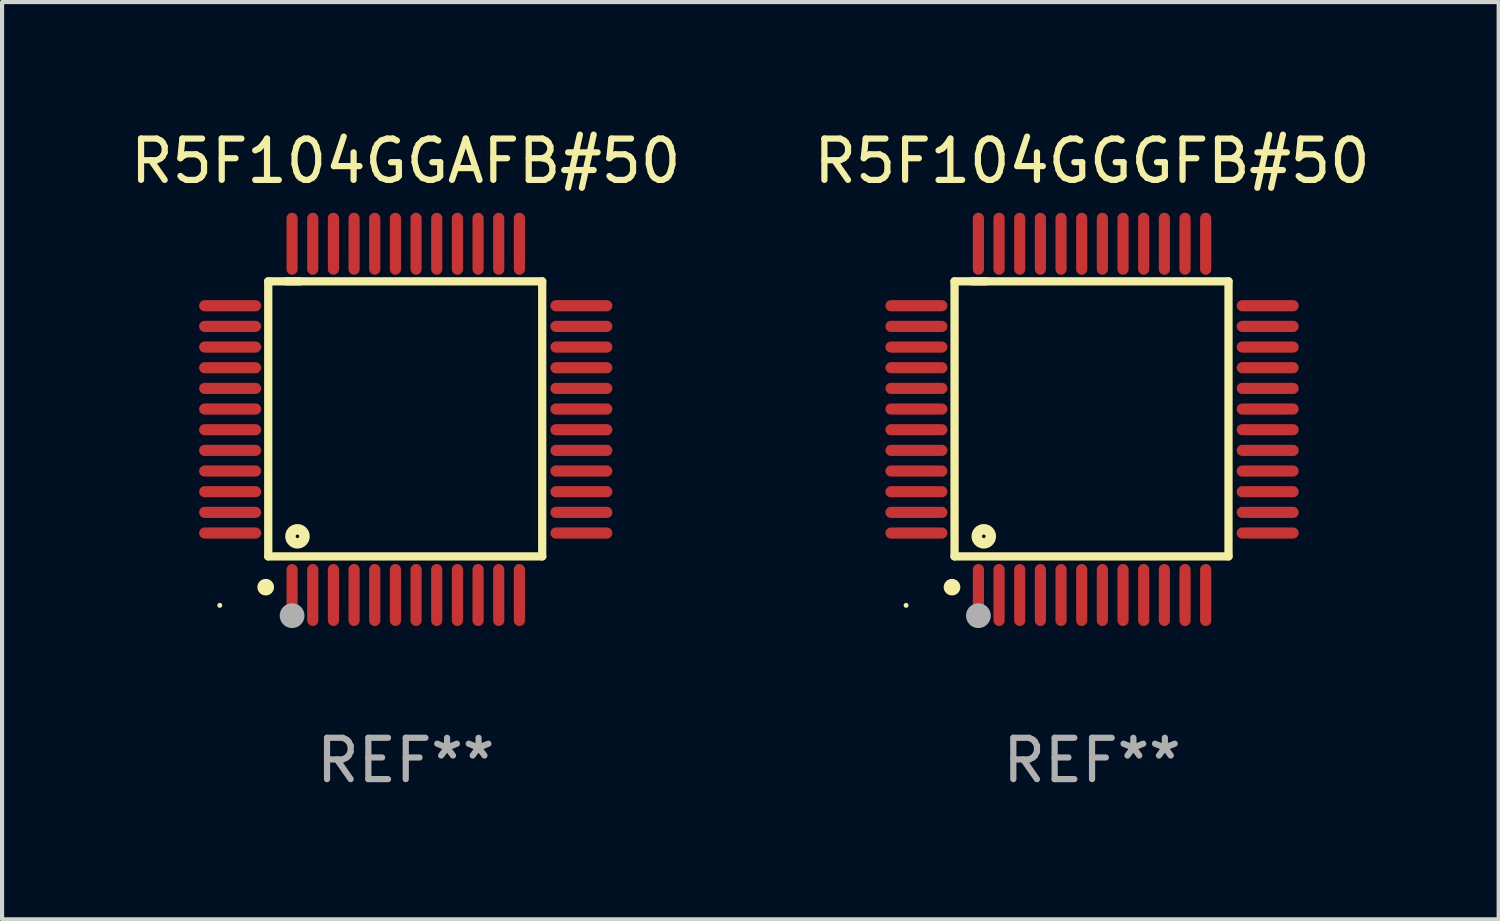
<source format=kicad_pcb>
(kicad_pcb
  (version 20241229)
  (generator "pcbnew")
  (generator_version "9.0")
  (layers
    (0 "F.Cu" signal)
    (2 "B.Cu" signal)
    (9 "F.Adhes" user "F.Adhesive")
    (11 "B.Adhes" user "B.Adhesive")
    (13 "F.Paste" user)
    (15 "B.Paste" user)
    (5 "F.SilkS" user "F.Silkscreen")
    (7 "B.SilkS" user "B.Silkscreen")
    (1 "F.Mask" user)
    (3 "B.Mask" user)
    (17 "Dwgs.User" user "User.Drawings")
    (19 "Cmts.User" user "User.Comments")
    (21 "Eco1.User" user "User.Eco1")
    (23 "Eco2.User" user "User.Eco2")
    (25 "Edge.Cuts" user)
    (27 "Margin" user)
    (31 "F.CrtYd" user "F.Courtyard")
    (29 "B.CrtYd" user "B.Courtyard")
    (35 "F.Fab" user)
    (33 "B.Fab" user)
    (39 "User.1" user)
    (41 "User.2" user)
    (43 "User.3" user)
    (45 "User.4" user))
  (footprint "R5F104GGGFB#50"
    (layer "F.Cu")
    (at 23.375 7.098)
    (property "Reference" "R5F104GGGFB#50" (at 0 -6.25 0) (layer "F.SilkS") (effects (font (size 1 1) (thickness 0.15))))
    (attr through_hole)
    (fp_line (start -3.327 -3.34) (end -2.565 -3.34) (stroke (width 0.2) (type solid)) (layer "F.SilkS"))
    (fp_line (start -3.327 3.315) (end -3.327 -3.34) (stroke (width 0.2) (type solid)) (layer "F.SilkS"))
    (fp_line (start -2.896 -3.34) (end 3.302 -3.34) (stroke (width 0.2) (type solid)) (layer "F.SilkS"))
    (fp_line (start 3.302 -3.34) (end 3.302 3.315) (stroke (width 0.2) (type solid)) (layer "F.SilkS"))
    (fp_line (start 3.302 3.315) (end -3.327 3.315) (stroke (width 0.2) (type solid)) (layer "F.SilkS"))
    (fp_arc (start -3.389992 4.059995) (mid -3.388722 4.059991) (end -3.387452 4.059995) (stroke (width 0.4) (type solid)) (layer "F.SilkS"))
    (fp_circle (center -4.5 4.5) (end -4.47 4.5) (stroke (width 0.06) (type solid)) (fill no) (layer "F.SilkS"))
    (fp_circle (center -2.62 2.83) (end -2.45 2.83) (stroke (width 0.254) (type solid)) (fill no) (layer "F.SilkS"))
    (fp_circle (center -2.75 4.75) (end -2.6 4.75) (stroke (width 0.3) (type solid)) (fill no) (layer "F.Fab"))
    (fp_text user "REF**" (at 0 8.25 0) (layer "F.Fab") (effects (font (size 1 1) (thickness 0.15))))
    (pad "1" smd oval (at -2.75 4.25) (size 0.27 1.5) (layers "F.Cu" "F.Mask" "F.Paste"))
    (pad "2" smd oval (at -2.25 4.25) (size 0.27 1.5) (layers "F.Cu" "F.Mask" "F.Paste"))
    (pad "3" smd oval (at -1.75 4.25) (size 0.27 1.5) (layers "F.Cu" "F.Mask" "F.Paste"))
    (pad "4" smd oval (at -1.25 4.25) (size 0.27 1.5) (layers "F.Cu" "F.Mask" "F.Paste"))
    (pad "5" smd oval (at -0.75 4.25) (size 0.27 1.5) (layers "F.Cu" "F.Mask" "F.Paste"))
    (pad "6" smd oval (at -0.25 4.25) (size 0.27 1.5) (layers "F.Cu" "F.Mask" "F.Paste"))
    (pad "7" smd oval (at 0.25 4.25) (size 0.27 1.5) (layers "F.Cu" "F.Mask" "F.Paste"))
    (pad "8" smd oval (at 0.75 4.25) (size 0.27 1.5) (layers "F.Cu" "F.Mask" "F.Paste"))
    (pad "9" smd oval (at 1.25 4.25) (size 0.27 1.5) (layers "F.Cu" "F.Mask" "F.Paste"))
    (pad "10" smd oval (at 1.75 4.25) (size 0.27 1.5) (layers "F.Cu" "F.Mask" "F.Paste"))
    (pad "11" smd oval (at 2.25 4.25) (size 0.27 1.5) (layers "F.Cu" "F.Mask" "F.Paste"))
    (pad "12" smd oval (at 2.75 4.25) (size 0.27 1.5) (layers "F.Cu" "F.Mask" "F.Paste"))
    (pad "13" smd oval (at 4.25 2.75) (size 1.5 0.27) (layers "F.Cu" "F.Mask" "F.Paste"))
    (pad "14" smd oval (at 4.25 2.25) (size 1.5 0.27) (layers "F.Cu" "F.Mask" "F.Paste"))
    (pad "15" smd oval (at 4.25 1.75) (size 1.5 0.27) (layers "F.Cu" "F.Mask" "F.Paste"))
    (pad "16" smd oval (at 4.25 1.25) (size 1.5 0.27) (layers "F.Cu" "F.Mask" "F.Paste"))
    (pad "17" smd oval (at 4.25 0.75) (size 1.5 0.27) (layers "F.Cu" "F.Mask" "F.Paste"))
    (pad "18" smd oval (at 4.25 0.25) (size 1.5 0.27) (layers "F.Cu" "F.Mask" "F.Paste"))
    (pad "19" smd oval (at 4.25 -0.25) (size 1.5 0.27) (layers "F.Cu" "F.Mask" "F.Paste"))
    (pad "20" smd oval (at 4.25 -0.75) (size 1.5 0.27) (layers "F.Cu" "F.Mask" "F.Paste"))
    (pad "21" smd oval (at 4.25 -1.25) (size 1.5 0.27) (layers "F.Cu" "F.Mask" "F.Paste"))
    (pad "22" smd oval (at 4.25 -1.75) (size 1.5 0.27) (layers "F.Cu" "F.Mask" "F.Paste"))
    (pad "23" smd oval (at 4.25 -2.25) (size 1.5 0.27) (layers "F.Cu" "F.Mask" "F.Paste"))
    (pad "24" smd oval (at 4.25 -2.75) (size 1.5 0.27) (layers "F.Cu" "F.Mask" "F.Paste"))
    (pad "25" smd oval (at 2.75 -4.25) (size 0.27 1.5) (layers "F.Cu" "F.Mask" "F.Paste"))
    (pad "26" smd oval (at 2.25 -4.25) (size 0.27 1.5) (layers "F.Cu" "F.Mask" "F.Paste"))
    (pad "27" smd oval (at 1.75 -4.25) (size 0.27 1.5) (layers "F.Cu" "F.Mask" "F.Paste"))
    (pad "28" smd oval (at 1.25 -4.25) (size 0.27 1.5) (layers "F.Cu" "F.Mask" "F.Paste"))
    (pad "29" smd oval (at 0.75 -4.25) (size 0.27 1.5) (layers "F.Cu" "F.Mask" "F.Paste"))
    (pad "30" smd oval (at 0.25 -4.25) (size 0.27 1.5) (layers "F.Cu" "F.Mask" "F.Paste"))
    (pad "31" smd oval (at -0.25 -4.25) (size 0.27 1.5) (layers "F.Cu" "F.Mask" "F.Paste"))
    (pad "32" smd oval (at -0.75 -4.25) (size 0.27 1.5) (layers "F.Cu" "F.Mask" "F.Paste"))
    (pad "33" smd oval (at -1.25 -4.25) (size 0.27 1.5) (layers "F.Cu" "F.Mask" "F.Paste"))
    (pad "34" smd oval (at -1.75 -4.25) (size 0.27 1.5) (layers "F.Cu" "F.Mask" "F.Paste"))
    (pad "35" smd oval (at -2.25 -4.25) (size 0.27 1.5) (layers "F.Cu" "F.Mask" "F.Paste"))
    (pad "36" smd oval (at -2.75 -4.25) (size 0.27 1.5) (layers "F.Cu" "F.Mask" "F.Paste"))
    (pad "37" smd oval (at -4.25 -2.75) (size 1.5 0.27) (layers "F.Cu" "F.Mask" "F.Paste"))
    (pad "38" smd oval (at -4.25 -2.25) (size 1.5 0.27) (layers "F.Cu" "F.Mask" "F.Paste"))
    (pad "39" smd oval (at -4.25 -1.75) (size 1.5 0.27) (layers "F.Cu" "F.Mask" "F.Paste"))
    (pad "40" smd oval (at -4.25 -1.25) (size 1.5 0.27) (layers "F.Cu" "F.Mask" "F.Paste"))
    (pad "41" smd oval (at -4.25 -0.75) (size 1.5 0.27) (layers "F.Cu" "F.Mask" "F.Paste"))
    (pad "42" smd oval (at -4.25 -0.25) (size 1.5 0.27) (layers "F.Cu" "F.Mask" "F.Paste"))
    (pad "43" smd oval (at -4.25 0.25) (size 1.5 0.27) (layers "F.Cu" "F.Mask" "F.Paste"))
    (pad "44" smd oval (at -4.25 0.75) (size 1.5 0.27) (layers "F.Cu" "F.Mask" "F.Paste"))
    (pad "45" smd oval (at -4.25 1.25) (size 1.5 0.27) (layers "F.Cu" "F.Mask" "F.Paste"))
    (pad "46" smd oval (at -4.25 1.75) (size 1.5 0.27) (layers "F.Cu" "F.Mask" "F.Paste"))
    (pad "47" smd oval (at -4.25 2.25) (size 1.5 0.27) (layers "F.Cu" "F.Mask" "F.Paste"))
    (pad "48" smd oval (at -4.25 2.75) (size 1.5 0.27) (layers "F.Cu" "F.Mask" "F.Paste")))
  (footprint "R5F104GGAFB#50"
    (layer "F.Cu")
    (at 6.768 7.098)
    (property "Reference" "R5F104GGAFB#50" (at 0 -6.25 0) (layer "F.SilkS") (effects (font (size 1 1) (thickness 0.15))))
    (attr through_hole)
    (fp_line (start -3.327 -3.34) (end -2.565 -3.34) (stroke (width 0.2) (type solid)) (layer "F.SilkS"))
    (fp_line (start -3.327 3.315) (end -3.327 -3.34) (stroke (width 0.2) (type solid)) (layer "F.SilkS"))
    (fp_line (start -2.896 -3.34) (end 3.302 -3.34) (stroke (width 0.2) (type solid)) (layer "F.SilkS"))
    (fp_line (start 3.302 -3.34) (end 3.302 3.315) (stroke (width 0.2) (type solid)) (layer "F.SilkS"))
    (fp_line (start 3.302 3.315) (end -3.327 3.315) (stroke (width 0.2) (type solid)) (layer "F.SilkS"))
    (fp_arc (start -3.389992 4.059995) (mid -3.388722 4.059991) (end -3.387452 4.059995) (stroke (width 0.4) (type solid)) (layer "F.SilkS"))
    (fp_circle (center -4.5 4.5) (end -4.47 4.5) (stroke (width 0.06) (type solid)) (fill no) (layer "F.SilkS"))
    (fp_circle (center -2.62 2.83) (end -2.45 2.83) (stroke (width 0.254) (type solid)) (fill no) (layer "F.SilkS"))
    (fp_circle (center -2.75 4.75) (end -2.6 4.75) (stroke (width 0.3) (type solid)) (fill no) (layer "F.Fab"))
    (fp_text user "REF**" (at 0 8.25 0) (layer "F.Fab") (effects (font (size 1 1) (thickness 0.15))))
    (pad "1" smd oval (at -2.75 4.25) (size 0.27 1.5) (layers "F.Cu" "F.Mask" "F.Paste"))
    (pad "2" smd oval (at -2.25 4.25) (size 0.27 1.5) (layers "F.Cu" "F.Mask" "F.Paste"))
    (pad "3" smd oval (at -1.75 4.25) (size 0.27 1.5) (layers "F.Cu" "F.Mask" "F.Paste"))
    (pad "4" smd oval (at -1.25 4.25) (size 0.27 1.5) (layers "F.Cu" "F.Mask" "F.Paste"))
    (pad "5" smd oval (at -0.75 4.25) (size 0.27 1.5) (layers "F.Cu" "F.Mask" "F.Paste"))
    (pad "6" smd oval (at -0.25 4.25) (size 0.27 1.5) (layers "F.Cu" "F.Mask" "F.Paste"))
    (pad "7" smd oval (at 0.25 4.25) (size 0.27 1.5) (layers "F.Cu" "F.Mask" "F.Paste"))
    (pad "8" smd oval (at 0.75 4.25) (size 0.27 1.5) (layers "F.Cu" "F.Mask" "F.Paste"))
    (pad "9" smd oval (at 1.25 4.25) (size 0.27 1.5) (layers "F.Cu" "F.Mask" "F.Paste"))
    (pad "10" smd oval (at 1.75 4.25) (size 0.27 1.5) (layers "F.Cu" "F.Mask" "F.Paste"))
    (pad "11" smd oval (at 2.25 4.25) (size 0.27 1.5) (layers "F.Cu" "F.Mask" "F.Paste"))
    (pad "12" smd oval (at 2.75 4.25) (size 0.27 1.5) (layers "F.Cu" "F.Mask" "F.Paste"))
    (pad "13" smd oval (at 4.25 2.75) (size 1.5 0.27) (layers "F.Cu" "F.Mask" "F.Paste"))
    (pad "14" smd oval (at 4.25 2.25) (size 1.5 0.27) (layers "F.Cu" "F.Mask" "F.Paste"))
    (pad "15" smd oval (at 4.25 1.75) (size 1.5 0.27) (layers "F.Cu" "F.Mask" "F.Paste"))
    (pad "16" smd oval (at 4.25 1.25) (size 1.5 0.27) (layers "F.Cu" "F.Mask" "F.Paste"))
    (pad "17" smd oval (at 4.25 0.75) (size 1.5 0.27) (layers "F.Cu" "F.Mask" "F.Paste"))
    (pad "18" smd oval (at 4.25 0.25) (size 1.5 0.27) (layers "F.Cu" "F.Mask" "F.Paste"))
    (pad "19" smd oval (at 4.25 -0.25) (size 1.5 0.27) (layers "F.Cu" "F.Mask" "F.Paste"))
    (pad "20" smd oval (at 4.25 -0.75) (size 1.5 0.27) (layers "F.Cu" "F.Mask" "F.Paste"))
    (pad "21" smd oval (at 4.25 -1.25) (size 1.5 0.27) (layers "F.Cu" "F.Mask" "F.Paste"))
    (pad "22" smd oval (at 4.25 -1.75) (size 1.5 0.27) (layers "F.Cu" "F.Mask" "F.Paste"))
    (pad "23" smd oval (at 4.25 -2.25) (size 1.5 0.27) (layers "F.Cu" "F.Mask" "F.Paste"))
    (pad "24" smd oval (at 4.25 -2.75) (size 1.5 0.27) (layers "F.Cu" "F.Mask" "F.Paste"))
    (pad "25" smd oval (at 2.75 -4.25) (size 0.27 1.5) (layers "F.Cu" "F.Mask" "F.Paste"))
    (pad "26" smd oval (at 2.25 -4.25) (size 0.27 1.5) (layers "F.Cu" "F.Mask" "F.Paste"))
    (pad "27" smd oval (at 1.75 -4.25) (size 0.27 1.5) (layers "F.Cu" "F.Mask" "F.Paste"))
    (pad "28" smd oval (at 1.25 -4.25) (size 0.27 1.5) (layers "F.Cu" "F.Mask" "F.Paste"))
    (pad "29" smd oval (at 0.75 -4.25) (size 0.27 1.5) (layers "F.Cu" "F.Mask" "F.Paste"))
    (pad "30" smd oval (at 0.25 -4.25) (size 0.27 1.5) (layers "F.Cu" "F.Mask" "F.Paste"))
    (pad "31" smd oval (at -0.25 -4.25) (size 0.27 1.5) (layers "F.Cu" "F.Mask" "F.Paste"))
    (pad "32" smd oval (at -0.75 -4.25) (size 0.27 1.5) (layers "F.Cu" "F.Mask" "F.Paste"))
    (pad "33" smd oval (at -1.25 -4.25) (size 0.27 1.5) (layers "F.Cu" "F.Mask" "F.Paste"))
    (pad "34" smd oval (at -1.75 -4.25) (size 0.27 1.5) (layers "F.Cu" "F.Mask" "F.Paste"))
    (pad "35" smd oval (at -2.25 -4.25) (size 0.27 1.5) (layers "F.Cu" "F.Mask" "F.Paste"))
    (pad "36" smd oval (at -2.75 -4.25) (size 0.27 1.5) (layers "F.Cu" "F.Mask" "F.Paste"))
    (pad "37" smd oval (at -4.25 -2.75) (size 1.5 0.27) (layers "F.Cu" "F.Mask" "F.Paste"))
    (pad "38" smd oval (at -4.25 -2.25) (size 1.5 0.27) (layers "F.Cu" "F.Mask" "F.Paste"))
    (pad "39" smd oval (at -4.25 -1.75) (size 1.5 0.27) (layers "F.Cu" "F.Mask" "F.Paste"))
    (pad "40" smd oval (at -4.25 -1.25) (size 1.5 0.27) (layers "F.Cu" "F.Mask" "F.Paste"))
    (pad "41" smd oval (at -4.25 -0.75) (size 1.5 0.27) (layers "F.Cu" "F.Mask" "F.Paste"))
    (pad "42" smd oval (at -4.25 -0.25) (size 1.5 0.27) (layers "F.Cu" "F.Mask" "F.Paste"))
    (pad "43" smd oval (at -4.25 0.25) (size 1.5 0.27) (layers "F.Cu" "F.Mask" "F.Paste"))
    (pad "44" smd oval (at -4.25 0.75) (size 1.5 0.27) (layers "F.Cu" "F.Mask" "F.Paste"))
    (pad "45" smd oval (at -4.25 1.25) (size 1.5 0.27) (layers "F.Cu" "F.Mask" "F.Paste"))
    (pad "46" smd oval (at -4.25 1.75) (size 1.5 0.27) (layers "F.Cu" "F.Mask" "F.Paste"))
    (pad "47" smd oval (at -4.25 2.25) (size 1.5 0.27) (layers "F.Cu" "F.Mask" "F.Paste"))
    (pad "48" smd oval (at -4.25 2.75) (size 1.5 0.27) (layers "F.Cu" "F.Mask" "F.Paste")))
  (gr_rect
    (start -3 -3)
    (end 33.214 19.196)
    (stroke (width 0.1) (type default))
    (fill no)
    (layer "Edge.Cuts")))
</source>
